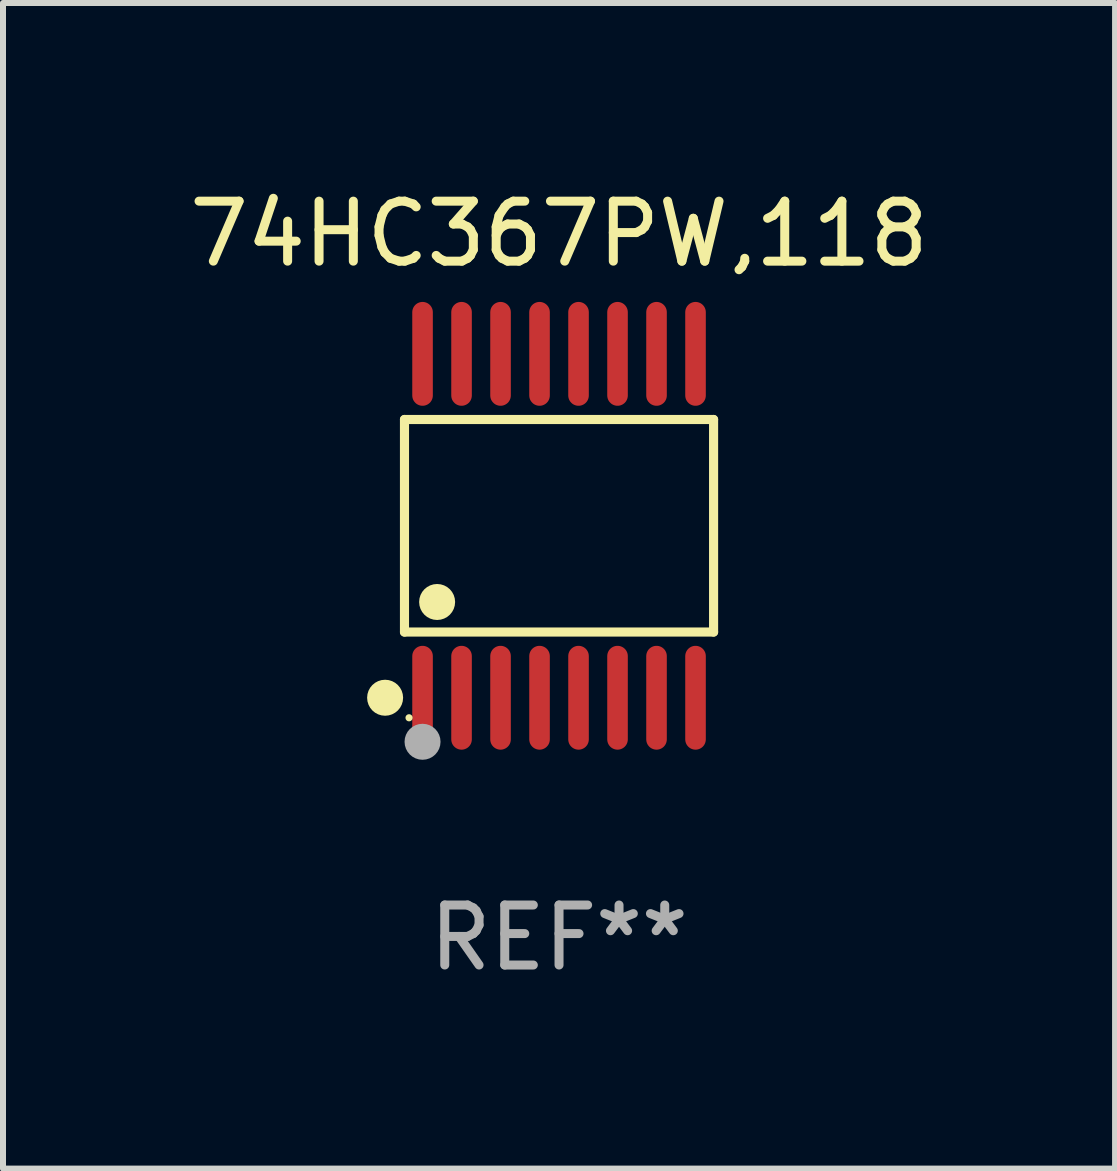
<source format=kicad_pcb>
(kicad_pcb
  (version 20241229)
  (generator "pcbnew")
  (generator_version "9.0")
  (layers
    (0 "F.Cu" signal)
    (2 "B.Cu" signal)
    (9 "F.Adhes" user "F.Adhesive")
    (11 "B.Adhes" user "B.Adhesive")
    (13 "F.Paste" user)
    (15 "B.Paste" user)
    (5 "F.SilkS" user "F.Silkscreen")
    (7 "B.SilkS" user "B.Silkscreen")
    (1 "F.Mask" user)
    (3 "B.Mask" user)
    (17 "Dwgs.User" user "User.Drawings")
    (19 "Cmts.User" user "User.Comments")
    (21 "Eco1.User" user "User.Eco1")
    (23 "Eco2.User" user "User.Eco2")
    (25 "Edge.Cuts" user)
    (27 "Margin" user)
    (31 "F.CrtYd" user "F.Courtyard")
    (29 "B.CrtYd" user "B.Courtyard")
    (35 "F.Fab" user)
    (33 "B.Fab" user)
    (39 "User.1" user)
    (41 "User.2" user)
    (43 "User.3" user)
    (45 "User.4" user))
  (footprint "74HC367PW,118"
    (layer "F.Cu")
    (at 6.268 5.714)
    (property "Reference" "74HC367PW,118" (at 0 -4.866 0) (layer "F.SilkS") (effects (font (size 1 1) (thickness 0.15))))
    (attr through_hole)
    (fp_line (start -2.576 -1.772) (end 2.576 -1.772) (stroke (width 0.152) (type solid)) (layer "F.SilkS"))
    (fp_line (start -2.576 1.771) (end -2.576 -1.772) (stroke (width 0.152) (type solid)) (layer "F.SilkS"))
    (fp_line (start 2.576 -1.772) (end 2.576 1.771) (stroke (width 0.152) (type solid)) (layer "F.SilkS"))
    (fp_line (start 2.576 1.771) (end -2.576 1.771) (stroke (width 0.152) (type solid)) (layer "F.SilkS"))
    (fp_circle (center -2.899 2.866) (end -2.749 2.866) (stroke (width 0.3) (type solid)) (fill no) (layer "F.SilkS"))
    (fp_circle (center -2.5 3.2) (end -2.47 3.2) (stroke (width 0.06) (type solid)) (fill no) (layer "F.SilkS"))
    (fp_circle (center -2.032 1.27) (end -1.882 1.27) (stroke (width 0.3) (type solid)) (fill no) (layer "F.SilkS"))
    (fp_circle (center -2.275 3.6) (end -2.125 3.6) (stroke (width 0.3) (type solid)) (fill no) (layer "F.Fab"))
    (fp_text user "REF**" (at 0 6.866 0) (layer "F.Fab") (effects (font (size 1 1) (thickness 0.15))))
    (pad "1" smd oval (at -2.275 2.866) (size 0.343 1.731) (layers "F.Cu" "F.Mask" "F.Paste"))
    (pad "2" smd oval (at -1.625 2.866) (size 0.343 1.731) (layers "F.Cu" "F.Mask" "F.Paste"))
    (pad "3" smd oval (at -0.975 2.866) (size 0.343 1.731) (layers "F.Cu" "F.Mask" "F.Paste"))
    (pad "4" smd oval (at -0.325 2.866) (size 0.343 1.731) (layers "F.Cu" "F.Mask" "F.Paste"))
    (pad "5" smd oval (at 0.325 2.866) (size 0.343 1.731) (layers "F.Cu" "F.Mask" "F.Paste"))
    (pad "6" smd oval (at 0.975 2.866) (size 0.343 1.731) (layers "F.Cu" "F.Mask" "F.Paste"))
    (pad "7" smd oval (at 1.625 2.866) (size 0.343 1.731) (layers "F.Cu" "F.Mask" "F.Paste"))
    (pad "8" smd oval (at 2.275 2.866) (size 0.343 1.731) (layers "F.Cu" "F.Mask" "F.Paste"))
    (pad "9" smd oval (at 2.275 -2.866) (size 0.343 1.731) (layers "F.Cu" "F.Mask" "F.Paste"))
    (pad "10" smd oval (at 1.625 -2.866) (size 0.343 1.731) (layers "F.Cu" "F.Mask" "F.Paste"))
    (pad "11" smd oval (at 0.975 -2.866) (size 0.343 1.731) (layers "F.Cu" "F.Mask" "F.Paste"))
    (pad "12" smd oval (at 0.325 -2.866) (size 0.343 1.731) (layers "F.Cu" "F.Mask" "F.Paste"))
    (pad "13" smd oval (at -0.325 -2.866) (size 0.343 1.731) (layers "F.Cu" "F.Mask" "F.Paste"))
    (pad "14" smd oval (at -0.975 -2.866) (size 0.343 1.731) (layers "F.Cu" "F.Mask" "F.Paste"))
    (pad "15" smd oval (at -1.625 -2.866) (size 0.343 1.731) (layers "F.Cu" "F.Mask" "F.Paste"))
    (pad "16" smd oval (at -2.275 -2.866) (size 0.343 1.731) (layers "F.Cu" "F.Mask" "F.Paste")))
  (gr_rect
    (start -3 -3)
    (end 15.536 16.428)
    (stroke (width 0.1) (type default))
    (fill no)
    (layer "Edge.Cuts")))
</source>
